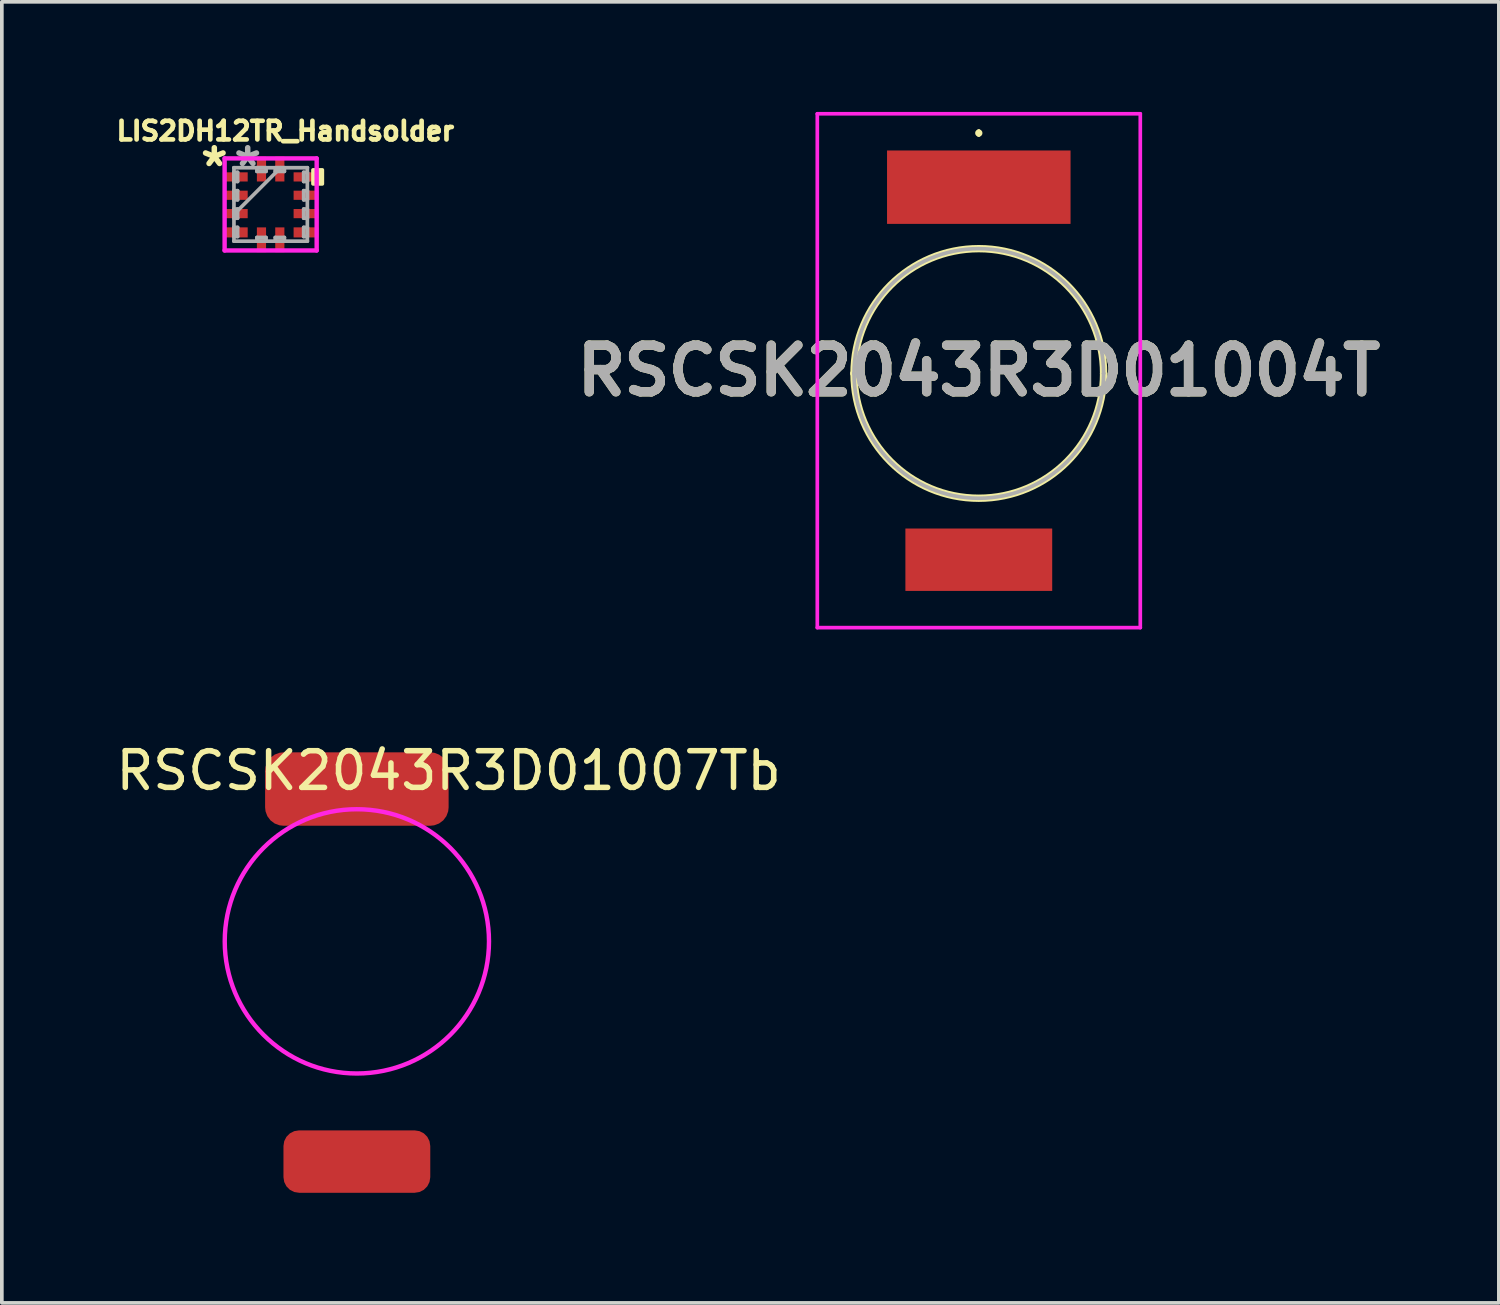
<source format=kicad_pcb>
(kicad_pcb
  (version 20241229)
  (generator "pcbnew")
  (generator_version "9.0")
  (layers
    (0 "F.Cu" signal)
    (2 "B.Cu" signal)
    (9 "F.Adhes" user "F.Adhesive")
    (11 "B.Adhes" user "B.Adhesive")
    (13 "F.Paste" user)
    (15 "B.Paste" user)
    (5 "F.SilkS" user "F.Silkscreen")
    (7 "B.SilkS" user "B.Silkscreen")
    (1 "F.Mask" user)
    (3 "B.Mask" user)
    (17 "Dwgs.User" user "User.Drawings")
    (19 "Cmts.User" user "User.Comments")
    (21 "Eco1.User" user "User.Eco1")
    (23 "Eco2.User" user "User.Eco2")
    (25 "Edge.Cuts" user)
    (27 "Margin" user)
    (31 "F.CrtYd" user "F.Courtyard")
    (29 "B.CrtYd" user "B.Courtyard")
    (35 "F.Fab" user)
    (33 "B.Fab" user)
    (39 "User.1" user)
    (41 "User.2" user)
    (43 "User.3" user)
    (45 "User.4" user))
  (footprint "RSCSK2043R3D01007Tb"
    (layer "F.Cu")
    (at 9.173 18.448)
    (property "Reference" "RSCSK2043R3D01007Tb" (at 0 -0.5 0) (unlocked yes) (layer "F.SilkS") (effects (font (size 1 1) (thickness 0.15))))
    (attr smd)
    (fp_circle (center -2.5 4.15) (end 1.1 4.15) (stroke (width 0.12) (type solid)) (fill no) (layer "F.CrtYd"))
    (pad "1" smd roundrect (at -2.5 0) (size 5 2) (layers "F.Cu" "F.Mask" "F.Paste") (roundrect_rratio 0.25))
    (pad "2" smd roundrect (at -2.5 10.15) (size 4 1.7) (layers "F.Cu" "F.Mask" "F.Paste") (roundrect_rratio 0.25)))
  (footprint "RSCSK2043R3D01004T"
    (layer "F.Cu")
    (at 23.618 7.125)
    (property "Reference" "RSCSK2043R3D01004T" (at 0 -0.075 0) (layer "F.SilkS") (effects (font (size 1.27 1.27) (thickness 0.254))))
    (attr smd)
    (fp_line (start -3.4 0) (end -3.4 0) (stroke (width 0.2) (type solid)) (layer "F.SilkS"))
    (fp_line (start 0 -6.6) (end 0 -6.6) (stroke (width 0.1) (type solid)) (layer "F.SilkS"))
    (fp_line (start 0 -6.5) (end 0 -6.5) (stroke (width 0.1) (type solid)) (layer "F.SilkS"))
    (fp_line (start 3.4 0) (end 3.4 0) (stroke (width 0.2) (type solid)) (layer "F.SilkS"))
    (fp_arc (start -3.4 0) (mid 0 -3.4) (end 3.4 0) (stroke (width 0.2) (type solid)) (layer "F.SilkS"))
    (fp_arc (start 0 -6.6) (mid 0.05 -6.55) (end 0 -6.5) (stroke (width 0.1) (type solid)) (layer "F.SilkS"))
    (fp_arc (start 0 -6.5) (mid -0.05 -6.55) (end 0 -6.6) (stroke (width 0.1) (type solid)) (layer "F.SilkS"))
    (fp_arc (start 3.4 0) (mid 0 3.4) (end -3.4 0) (stroke (width 0.2) (type solid)) (layer "F.SilkS"))
    (fp_line (start -4.4 -7.075) (end 4.4 -7.075) (stroke (width 0.1) (type solid)) (layer "F.CrtYd"))
    (fp_line (start -4.4 6.925) (end -4.4 -7.075) (stroke (width 0.1) (type solid)) (layer "F.CrtYd"))
    (fp_line (start 4.4 -7.075) (end 4.4 6.925) (stroke (width 0.1) (type solid)) (layer "F.CrtYd"))
    (fp_line (start 4.4 6.925) (end -4.4 6.925) (stroke (width 0.1) (type solid)) (layer "F.CrtYd"))
    (fp_line (start -3.4 0) (end -3.4 0) (stroke (width 0.1) (type solid)) (layer "F.Fab"))
    (fp_line (start 3.4 0) (end 3.4 0) (stroke (width 0.1) (type solid)) (layer "F.Fab"))
    (fp_arc (start -3.4 0) (mid 0 -3.4) (end 3.4 0) (stroke (width 0.1) (type solid)) (layer "F.Fab"))
    (fp_arc (start 3.4 0) (mid 0 3.4) (end -3.4 0) (stroke (width 0.1) (type solid)) (layer "F.Fab"))
    (fp_text user "${REFERENCE}" (at 0 -0.075 0) (layer "F.Fab") (effects (font (size 1.27 1.27) (thickness 0.254))))
    (pad "1" smd rect (at 0 -5.075 90) (size 2 5) (layers "F.Cu" "F.Mask" "F.Paste"))
    (pad "2" smd rect (at 0 5.075 90) (size 1.7 4) (layers "F.Cu" "F.Mask" "F.Paste")))
  (footprint "LIS2DH12TR_Handsolder"
    (layer "F.Cu")
    (at 4.324 2.52)
    (property "Reference" "LIS2DH12TR_Handsolder" (at 0.4 -2 0) (layer "F.SilkS") (effects (font (size 0.508 0.508) (thickness 0.127))))
    (attr through_hole)
    (fp_poly (pts (xy 1.408 -0.941) (xy 1.408 -0.56) (xy 1.154 -0.56) (xy 1.154 -0.941)) (stroke (width 0.1) (type solid)) (fill yes) (layer "F.SilkS"))
    (fp_line (start -1.254 -1.254) (end -1.254 1.254) (stroke (width 0.12) (type solid)) (layer "F.CrtYd"))
    (fp_line (start -1.254 -1.254) (end 1.254 -1.254) (stroke (width 0.12) (type solid)) (layer "F.CrtYd"))
    (fp_line (start -0.629 -1.254) (end -0.629 -1.254) (stroke (width 0.05) (type solid)) (layer "F.CrtYd"))
    (fp_line (start -0.629 -1.254) (end -0.629 -1.254) (stroke (width 0.05) (type solid)) (layer "F.CrtYd"))
    (fp_line (start 1.254 -1.254) (end 1.254 1.254) (stroke (width 0.12) (type solid)) (layer "F.CrtYd"))
    (fp_line (start 1.254 1.254) (end -1.254 1.254) (stroke (width 0.12) (type solid)) (layer "F.CrtYd"))
    (fp_line (start -1 -1) (end -1 -1) (stroke (width 0.1) (type solid)) (layer "F.Fab"))
    (fp_line (start -1 -1) (end -1 1) (stroke (width 0.1) (type solid)) (layer "F.Fab"))
    (fp_line (start -1 -0.875) (end -0.9 -0.875) (stroke (width 0.1) (type solid)) (layer "F.Fab"))
    (fp_line (start -1 -0.625) (end -1 -0.875) (stroke (width 0.1) (type solid)) (layer "F.Fab"))
    (fp_line (start -1 -0.375) (end -0.9 -0.375) (stroke (width 0.1) (type solid)) (layer "F.Fab"))
    (fp_line (start -1 -0.125) (end -1 -0.375) (stroke (width 0.1) (type solid)) (layer "F.Fab"))
    (fp_line (start -1 0.125) (end -0.9 0.125) (stroke (width 0.1) (type solid)) (layer "F.Fab"))
    (fp_line (start -1 0.27) (end 0.27 -1) (stroke (width 0.1) (type solid)) (layer "F.Fab"))
    (fp_line (start -1 0.375) (end -1 0.125) (stroke (width 0.1) (type solid)) (layer "F.Fab"))
    (fp_line (start -1 0.625) (end -0.9 0.625) (stroke (width 0.1) (type solid)) (layer "F.Fab"))
    (fp_line (start -1 0.875) (end -1 0.625) (stroke (width 0.1) (type solid)) (layer "F.Fab"))
    (fp_line (start -1 1) (end -1 1) (stroke (width 0.1) (type solid)) (layer "F.Fab"))
    (fp_line (start -1 1) (end 1 1) (stroke (width 0.1) (type solid)) (layer "F.Fab"))
    (fp_line (start -0.9 -0.875) (end -0.9 -0.625) (stroke (width 0.1) (type solid)) (layer "F.Fab"))
    (fp_line (start -0.9 -0.625) (end -1 -0.625) (stroke (width 0.1) (type solid)) (layer "F.Fab"))
    (fp_line (start -0.9 -0.375) (end -0.9 -0.125) (stroke (width 0.1) (type solid)) (layer "F.Fab"))
    (fp_line (start -0.9 -0.125) (end -1 -0.125) (stroke (width 0.1) (type solid)) (layer "F.Fab"))
    (fp_line (start -0.9 0.125) (end -0.9 0.375) (stroke (width 0.1) (type solid)) (layer "F.Fab"))
    (fp_line (start -0.9 0.375) (end -1 0.375) (stroke (width 0.1) (type solid)) (layer "F.Fab"))
    (fp_line (start -0.9 0.625) (end -0.9 0.875) (stroke (width 0.1) (type solid)) (layer "F.Fab"))
    (fp_line (start -0.9 0.875) (end -1 0.875) (stroke (width 0.1) (type solid)) (layer "F.Fab"))
    (fp_line (start -0.375 -1) (end -0.125 -1) (stroke (width 0.1) (type solid)) (layer "F.Fab"))
    (fp_line (start -0.375 -0.9) (end -0.375 -1) (stroke (width 0.1) (type solid)) (layer "F.Fab"))
    (fp_line (start -0.375 0.9) (end -0.125 0.9) (stroke (width 0.1) (type solid)) (layer "F.Fab"))
    (fp_line (start -0.375 1) (end -0.375 0.9) (stroke (width 0.1) (type solid)) (layer "F.Fab"))
    (fp_line (start -0.125 -1) (end -0.125 -0.9) (stroke (width 0.1) (type solid)) (layer "F.Fab"))
    (fp_line (start -0.125 -0.9) (end -0.375 -0.9) (stroke (width 0.1) (type solid)) (layer "F.Fab"))
    (fp_line (start -0.125 0.9) (end -0.125 1) (stroke (width 0.1) (type solid)) (layer "F.Fab"))
    (fp_line (start -0.125 1) (end -0.375 1) (stroke (width 0.1) (type solid)) (layer "F.Fab"))
    (fp_line (start 0.125 -1) (end 0.375 -1) (stroke (width 0.1) (type solid)) (layer "F.Fab"))
    (fp_line (start 0.125 -0.9) (end 0.125 -1) (stroke (width 0.1) (type solid)) (layer "F.Fab"))
    (fp_line (start 0.125 0.9) (end 0.375 0.9) (stroke (width 0.1) (type solid)) (layer "F.Fab"))
    (fp_line (start 0.125 1) (end 0.125 0.9) (stroke (width 0.1) (type solid)) (layer "F.Fab"))
    (fp_line (start 0.375 -1) (end 0.375 -0.9) (stroke (width 0.1) (type solid)) (layer "F.Fab"))
    (fp_line (start 0.375 -0.9) (end 0.125 -0.9) (stroke (width 0.1) (type solid)) (layer "F.Fab"))
    (fp_line (start 0.375 0.9) (end 0.375 1) (stroke (width 0.1) (type solid)) (layer "F.Fab"))
    (fp_line (start 0.375 1) (end 0.125 1) (stroke (width 0.1) (type solid)) (layer "F.Fab"))
    (fp_line (start 0.9 -0.875) (end 1 -0.875) (stroke (width 0.1) (type solid)) (layer "F.Fab"))
    (fp_line (start 0.9 -0.625) (end 0.9 -0.875) (stroke (width 0.1) (type solid)) (layer "F.Fab"))
    (fp_line (start 0.9 -0.375) (end 1 -0.375) (stroke (width 0.1) (type solid)) (layer "F.Fab"))
    (fp_line (start 0.9 -0.125) (end 0.9 -0.375) (stroke (width 0.1) (type solid)) (layer "F.Fab"))
    (fp_line (start 0.9 0.125) (end 1 0.125) (stroke (width 0.1) (type solid)) (layer "F.Fab"))
    (fp_line (start 0.9 0.375) (end 0.9 0.125) (stroke (width 0.1) (type solid)) (layer "F.Fab"))
    (fp_line (start 0.9 0.625) (end 1 0.625) (stroke (width 0.1) (type solid)) (layer "F.Fab"))
    (fp_line (start 0.9 0.875) (end 0.9 0.625) (stroke (width 0.1) (type solid)) (layer "F.Fab"))
    (fp_line (start 1 -1) (end -1 -1) (stroke (width 0.1) (type solid)) (layer "F.Fab"))
    (fp_line (start 1 -1) (end 1 -1) (stroke (width 0.1) (type solid)) (layer "F.Fab"))
    (fp_line (start 1 -0.875) (end 1 -0.625) (stroke (width 0.1) (type solid)) (layer "F.Fab"))
    (fp_line (start 1 -0.625) (end 0.9 -0.625) (stroke (width 0.1) (type solid)) (layer "F.Fab"))
    (fp_line (start 1 -0.375) (end 1 -0.125) (stroke (width 0.1) (type solid)) (layer "F.Fab"))
    (fp_line (start 1 -0.125) (end 0.9 -0.125) (stroke (width 0.1) (type solid)) (layer "F.Fab"))
    (fp_line (start 1 0.125) (end 1 0.375) (stroke (width 0.1) (type solid)) (layer "F.Fab"))
    (fp_line (start 1 0.375) (end 0.9 0.375) (stroke (width 0.1) (type solid)) (layer "F.Fab"))
    (fp_line (start 1 0.625) (end 1 0.875) (stroke (width 0.1) (type solid)) (layer "F.Fab"))
    (fp_line (start 1 0.875) (end 0.9 0.875) (stroke (width 0.1) (type solid)) (layer "F.Fab"))
    (fp_line (start 1 1) (end 1 -1) (stroke (width 0.1) (type solid)) (layer "F.Fab"))
    (fp_line (start 1 1) (end 1 1) (stroke (width 0.1) (type solid)) (layer "F.Fab"))
    (fp_text user "*" (at -1.535 -1 0) (layer "F.SilkS") (effects (font (size 1 1) (thickness 0.15))))
    (fp_text user "*" (at -0.625 -1 0) (layer "F.Fab") (effects (font (size 1 1) (thickness 0.15))))
    (pad "1" smd rect (at -0.963 -0.75 90) (size 0.25 0.675) (layers "F.Cu" "F.Mask" "F.Paste"))
    (pad "2" smd rect (at -0.963 -0.25 90) (size 0.25 0.675) (layers "F.Cu" "F.Mask" "F.Paste"))
    (pad "3" smd rect (at -0.963 0.25 90) (size 0.25 0.675) (layers "F.Cu" "F.Mask" "F.Paste"))
    (pad "4" smd rect (at -0.963 0.762 90) (size 0.275 0.675) (layers "F.Cu" "F.Mask" "F.Paste"))
    (pad "5" smd rect (at -0.25 0.963) (size 0.25 0.675) (layers "F.Cu" "F.Mask" "F.Paste"))
    (pad "6" smd rect (at 0.25 0.963) (size 0.25 0.675) (layers "F.Cu" "F.Mask" "F.Paste"))
    (pad "7" smd rect (at 0.963 0.762 90) (size 0.275 0.675) (layers "F.Cu" "F.Mask" "F.Paste"))
    (pad "8" smd rect (at 0.963 0.25 90) (size 0.25 0.675) (layers "F.Cu" "F.Mask" "F.Paste"))
    (pad "9" smd rect (at 0.963 -0.25 90) (size 0.25 0.675) (layers "F.Cu" "F.Mask" "F.Paste"))
    (pad "10" smd rect (at 0.963 -0.75 90) (size 0.25 0.675) (layers "F.Cu" "F.Mask" "F.Paste"))
    (pad "11" smd rect (at 0.25 -0.963) (size 0.25 0.675) (layers "F.Cu" "F.Mask" "F.Paste"))
    (pad "12" smd rect (at -0.25 -0.963) (size 0.25 0.675) (layers "F.Cu" "F.Mask" "F.Paste")))
  (gr_rect
    (start -3 -3)
    (end 37.787 32.448)
    (stroke (width 0.1) (type default))
    (fill no)
    (layer "Edge.Cuts")))
</source>
